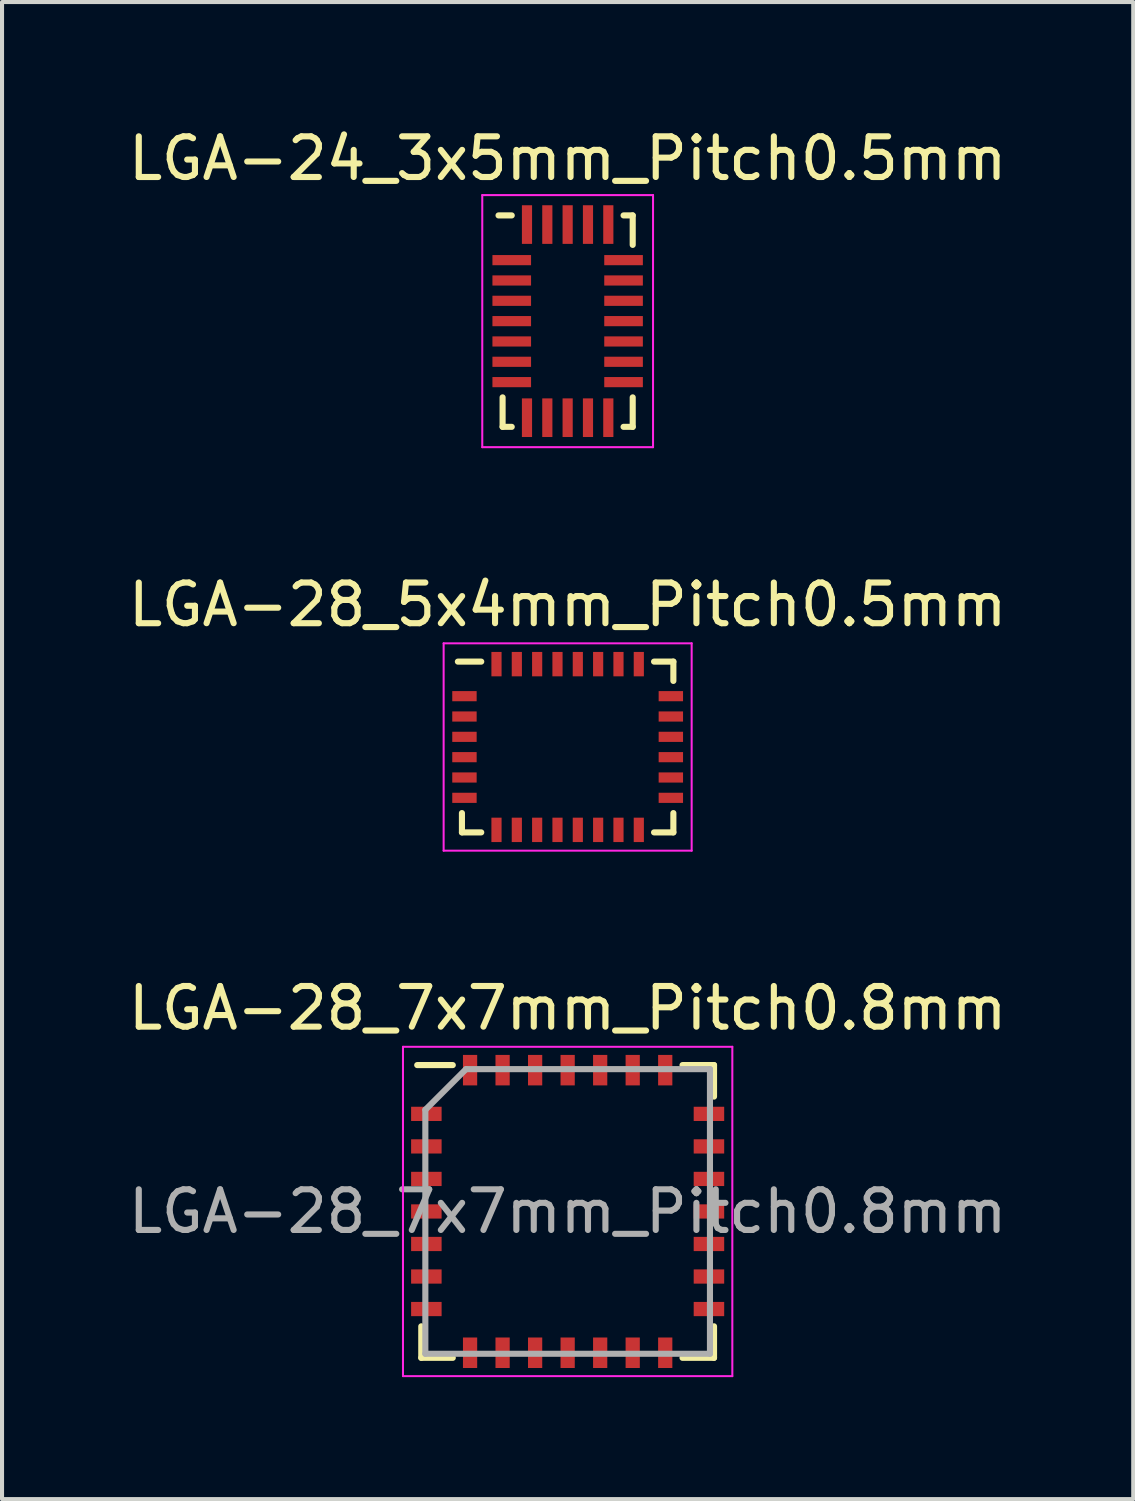
<source format=kicad_pcb>
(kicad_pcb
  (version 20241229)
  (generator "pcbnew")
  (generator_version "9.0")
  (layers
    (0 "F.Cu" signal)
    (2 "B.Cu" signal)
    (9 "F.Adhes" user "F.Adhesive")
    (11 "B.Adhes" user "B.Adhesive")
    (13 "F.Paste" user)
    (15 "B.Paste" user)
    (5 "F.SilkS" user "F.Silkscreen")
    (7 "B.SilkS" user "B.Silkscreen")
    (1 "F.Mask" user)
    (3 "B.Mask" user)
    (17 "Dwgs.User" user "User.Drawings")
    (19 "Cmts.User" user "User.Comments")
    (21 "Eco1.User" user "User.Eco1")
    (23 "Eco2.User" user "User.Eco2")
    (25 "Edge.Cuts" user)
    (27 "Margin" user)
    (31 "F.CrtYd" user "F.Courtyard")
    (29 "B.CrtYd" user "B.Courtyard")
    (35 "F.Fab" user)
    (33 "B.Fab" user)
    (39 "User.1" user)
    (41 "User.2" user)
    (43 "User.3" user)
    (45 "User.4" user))
  (footprint "LGA-28_7x7mm_Pitch0.8mm"
    (layer "F.Cu")
    (at 10.911 26.745)
    (property "Reference" "LGA-28_7x7mm_Pitch0.8mm" (at 0 -5 0) (layer "F.SilkS") (effects (font (size 1 1) (thickness 0.15))))
    (attr smd)
    (fp_line (start -3.6 3.6) (end -3.6 2.825) (stroke (width 0.15) (type solid)) (layer "F.SilkS"))
    (fp_line (start -2.825 -3.6) (end -3.7 -3.6) (stroke (width 0.15) (type solid)) (layer "F.SilkS"))
    (fp_line (start -2.825 3.6) (end -3.6 3.6) (stroke (width 0.15) (type solid)) (layer "F.SilkS"))
    (fp_line (start 2.825 -3.6) (end 3.6 -3.6) (stroke (width 0.15) (type solid)) (layer "F.SilkS"))
    (fp_line (start 2.825 3.6) (end 3.6 3.6) (stroke (width 0.15) (type solid)) (layer "F.SilkS"))
    (fp_line (start 3.6 -3.6) (end 3.6 -2.825) (stroke (width 0.15) (type solid)) (layer "F.SilkS"))
    (fp_line (start 3.6 3.6) (end 3.6 2.825) (stroke (width 0.15) (type solid)) (layer "F.SilkS"))
    (fp_line (start -4.05 -4.05) (end -4.05 4.05) (stroke (width 0.05) (type solid)) (layer "F.CrtYd"))
    (fp_line (start -4.05 4.05) (end 4.05 4.05) (stroke (width 0.05) (type solid)) (layer "F.CrtYd"))
    (fp_line (start 4.05 -4.05) (end -4.05 -4.05) (stroke (width 0.05) (type solid)) (layer "F.CrtYd"))
    (fp_line (start 4.05 4.05) (end 4.05 -4.05) (stroke (width 0.05) (type solid)) (layer "F.CrtYd"))
    (fp_line (start -3.5 -2.5) (end -2.5 -3.5) (stroke (width 0.15) (type solid)) (layer "F.Fab"))
    (fp_line (start -3.5 3.5) (end -3.5 -2.5) (stroke (width 0.15) (type solid)) (layer "F.Fab"))
    (fp_line (start -2.5 -3.5) (end 3.5 -3.5) (stroke (width 0.15) (type solid)) (layer "F.Fab"))
    (fp_line (start 3.5 -3.5) (end 3.5 3.5) (stroke (width 0.15) (type solid)) (layer "F.Fab"))
    (fp_line (start 3.5 3.5) (end -3.5 3.5) (stroke (width 0.15) (type solid)) (layer "F.Fab"))
    (fp_text user "${REFERENCE}" (at 0 0 0) (layer "F.Fab") (effects (font (size 1 1) (thickness 0.15))))
    (pad "1" smd rect (at -3.475 -2.4) (size 0.75 0.35) (layers "F.Cu" "F.Mask" "F.Paste"))
    (pad "2" smd rect (at -3.475 -1.6) (size 0.75 0.35) (layers "F.Cu" "F.Mask" "F.Paste"))
    (pad "3" smd rect (at -3.475 -0.8) (size 0.75 0.35) (layers "F.Cu" "F.Mask" "F.Paste"))
    (pad "4" smd rect (at -3.475 0) (size 0.75 0.35) (layers "F.Cu" "F.Mask" "F.Paste"))
    (pad "5" smd rect (at -3.475 0.8) (size 0.75 0.35) (layers "F.Cu" "F.Mask" "F.Paste"))
    (pad "6" smd rect (at -3.475 1.6) (size 0.75 0.35) (layers "F.Cu" "F.Mask" "F.Paste"))
    (pad "7" smd rect (at -3.475 2.4) (size 0.75 0.35) (layers "F.Cu" "F.Mask" "F.Paste"))
    (pad "8" smd rect (at -2.4 3.475) (size 0.35 0.75) (layers "F.Cu" "F.Mask" "F.Paste"))
    (pad "9" smd rect (at -1.6 3.475) (size 0.35 0.75) (layers "F.Cu" "F.Mask" "F.Paste"))
    (pad "10" smd rect (at -0.8 3.475) (size 0.35 0.75) (layers "F.Cu" "F.Mask" "F.Paste"))
    (pad "11" smd rect (at 0 3.475) (size 0.35 0.75) (layers "F.Cu" "F.Mask" "F.Paste"))
    (pad "12" smd rect (at 0.8 3.475) (size 0.35 0.75) (layers "F.Cu" "F.Mask" "F.Paste"))
    (pad "13" smd rect (at 1.6 3.475) (size 0.35 0.75) (layers "F.Cu" "F.Mask" "F.Paste"))
    (pad "14" smd rect (at 2.4 3.475) (size 0.35 0.75) (layers "F.Cu" "F.Mask" "F.Paste"))
    (pad "15" smd rect (at 3.475 2.4) (size 0.75 0.35) (layers "F.Cu" "F.Mask" "F.Paste"))
    (pad "16" smd rect (at 3.475 1.6) (size 0.75 0.35) (layers "F.Cu" "F.Mask" "F.Paste"))
    (pad "17" smd rect (at 3.475 0.8) (size 0.75 0.35) (layers "F.Cu" "F.Mask" "F.Paste"))
    (pad "18" smd rect (at 3.475 0) (size 0.75 0.35) (layers "F.Cu" "F.Mask" "F.Paste"))
    (pad "19" smd rect (at 3.475 -0.8) (size 0.75 0.35) (layers "F.Cu" "F.Mask" "F.Paste"))
    (pad "20" smd rect (at 3.475 -1.6) (size 0.75 0.35) (layers "F.Cu" "F.Mask" "F.Paste"))
    (pad "21" smd rect (at 3.475 -2.4) (size 0.75 0.35) (layers "F.Cu" "F.Mask" "F.Paste"))
    (pad "22" smd rect (at 2.4 -3.475) (size 0.35 0.75) (layers "F.Cu" "F.Mask" "F.Paste"))
    (pad "23" smd rect (at 1.6 -3.475) (size 0.35 0.75) (layers "F.Cu" "F.Mask" "F.Paste"))
    (pad "24" smd rect (at 0.8 -3.475) (size 0.35 0.75) (layers "F.Cu" "F.Mask" "F.Paste"))
    (pad "25" smd rect (at 0 -3.475) (size 0.35 0.75) (layers "F.Cu" "F.Mask" "F.Paste"))
    (pad "26" smd rect (at -0.8 -3.475) (size 0.35 0.75) (layers "F.Cu" "F.Mask" "F.Paste"))
    (pad "27" smd rect (at -1.6 -3.475) (size 0.35 0.75) (layers "F.Cu" "F.Mask" "F.Paste"))
    (pad "28" smd rect (at -2.4 -3.475) (size 0.35 0.75) (layers "F.Cu" "F.Mask" "F.Paste")))
  (footprint "LGA-24_3x5mm_Pitch0.5mm"
    (layer "F.Cu")
    (at 10.911 4.848)
    (property "Reference" "LGA-24_3x5mm_Pitch0.5mm" (at 0 -4 0) (layer "F.SilkS") (effects (font (size 1 1) (thickness 0.15))))
    (attr through_hole)
    (fp_line (start -1.6 2.6) (end -1.6 1.875) (stroke (width 0.15) (type solid)) (layer "F.SilkS"))
    (fp_line (start -1.375 -2.6) (end -1.7 -2.6) (stroke (width 0.15) (type solid)) (layer "F.SilkS"))
    (fp_line (start -1.375 2.6) (end -1.6 2.6) (stroke (width 0.15) (type solid)) (layer "F.SilkS"))
    (fp_line (start 1.375 -2.6) (end 1.6 -2.6) (stroke (width 0.15) (type solid)) (layer "F.SilkS"))
    (fp_line (start 1.375 2.6) (end 1.6 2.6) (stroke (width 0.15) (type solid)) (layer "F.SilkS"))
    (fp_line (start 1.6 -2.6) (end 1.6 -1.875) (stroke (width 0.15) (type solid)) (layer "F.SilkS"))
    (fp_line (start 1.6 2.6) (end 1.6 1.875) (stroke (width 0.15) (type solid)) (layer "F.SilkS"))
    (fp_line (start -2.1 -3.1) (end -2.1 3.1) (stroke (width 0.05) (type solid)) (layer "F.CrtYd"))
    (fp_line (start -2.1 3.1) (end 2.1 3.1) (stroke (width 0.05) (type solid)) (layer "F.CrtYd"))
    (fp_line (start 2.1 -3.1) (end -2.1 -3.1) (stroke (width 0.05) (type solid)) (layer "F.CrtYd"))
    (fp_line (start 2.1 3.1) (end 2.1 -3.1) (stroke (width 0.05) (type solid)) (layer "F.CrtYd"))
    (pad "1" smd rect (at -1.375 -1.5) (size 0.95 0.25) (layers "F.Cu" "F.Mask" "F.Paste"))
    (pad "2" smd rect (at -1.375 -1) (size 0.95 0.25) (layers "F.Cu" "F.Mask" "F.Paste"))
    (pad "3" smd rect (at -1.375 -0.5) (size 0.95 0.25) (layers "F.Cu" "F.Mask" "F.Paste"))
    (pad "4" smd rect (at -1.375 0) (size 0.95 0.25) (layers "F.Cu" "F.Mask" "F.Paste"))
    (pad "5" smd rect (at -1.375 0.5) (size 0.95 0.25) (layers "F.Cu" "F.Mask" "F.Paste"))
    (pad "6" smd rect (at -1.375 1) (size 0.95 0.25) (layers "F.Cu" "F.Mask" "F.Paste"))
    (pad "7" smd rect (at -1.375 1.5) (size 0.95 0.25) (layers "F.Cu" "F.Mask" "F.Paste"))
    (pad "8" smd rect (at -1 2.375) (size 0.25 0.95) (layers "F.Cu" "F.Mask" "F.Paste"))
    (pad "9" smd rect (at -0.5 2.375) (size 0.25 0.95) (layers "F.Cu" "F.Mask" "F.Paste"))
    (pad "10" smd rect (at 0 2.375) (size 0.25 0.95) (layers "F.Cu" "F.Mask" "F.Paste"))
    (pad "11" smd rect (at 0.5 2.375) (size 0.25 0.95) (layers "F.Cu" "F.Mask" "F.Paste"))
    (pad "12" smd rect (at 1 2.375) (size 0.25 0.95) (layers "F.Cu" "F.Mask" "F.Paste"))
    (pad "13" smd rect (at 1.375 1.5) (size 0.95 0.25) (layers "F.Cu" "F.Mask" "F.Paste"))
    (pad "14" smd rect (at 1.375 1) (size 0.95 0.25) (layers "F.Cu" "F.Mask" "F.Paste"))
    (pad "15" smd rect (at 1.375 0.5) (size 0.95 0.25) (layers "F.Cu" "F.Mask" "F.Paste"))
    (pad "16" smd rect (at 1.375 0) (size 0.95 0.25) (layers "F.Cu" "F.Mask" "F.Paste"))
    (pad "17" smd rect (at 1.375 -0.5) (size 0.95 0.25) (layers "F.Cu" "F.Mask" "F.Paste"))
    (pad "18" smd rect (at 1.375 -1) (size 0.95 0.25) (layers "F.Cu" "F.Mask" "F.Paste"))
    (pad "19" smd rect (at 1.375 -1.5) (size 0.95 0.25) (layers "F.Cu" "F.Mask" "F.Paste"))
    (pad "20" smd rect (at 1 -2.375) (size 0.25 0.95) (layers "F.Cu" "F.Mask" "F.Paste"))
    (pad "21" smd rect (at 0.5 -2.375) (size 0.25 0.95) (layers "F.Cu" "F.Mask" "F.Paste"))
    (pad "22" smd rect (at 0 -2.375) (size 0.25 0.95) (layers "F.Cu" "F.Mask" "F.Paste"))
    (pad "23" smd rect (at -0.5 -2.375) (size 0.25 0.95) (layers "F.Cu" "F.Mask" "F.Paste"))
    (pad "24" smd rect (at -1 -2.375) (size 0.25 0.95) (layers "F.Cu" "F.Mask" "F.Paste")))
  (footprint "LGA-28_5x4mm_Pitch0.5mm"
    (layer "F.Cu")
    (at 10.911 15.322)
    (property "Reference" "LGA-28_5x4mm_Pitch0.5mm" (at 0 -3.5 0) (layer "F.SilkS") (effects (font (size 1 1) (thickness 0.15))))
    (attr smd)
    (fp_line (start -2.6 2.1) (end -2.6 1.625) (stroke (width 0.15) (type solid)) (layer "F.SilkS"))
    (fp_line (start -2.125 -2.1) (end -2.7 -2.1) (stroke (width 0.15) (type solid)) (layer "F.SilkS"))
    (fp_line (start -2.125 2.1) (end -2.6 2.1) (stroke (width 0.15) (type solid)) (layer "F.SilkS"))
    (fp_line (start 2.125 -2.1) (end 2.6 -2.1) (stroke (width 0.15) (type solid)) (layer "F.SilkS"))
    (fp_line (start 2.125 2.1) (end 2.6 2.1) (stroke (width 0.15) (type solid)) (layer "F.SilkS"))
    (fp_line (start 2.6 -2.1) (end 2.6 -1.625) (stroke (width 0.15) (type solid)) (layer "F.SilkS"))
    (fp_line (start 2.6 2.1) (end 2.6 1.625) (stroke (width 0.15) (type solid)) (layer "F.SilkS"))
    (fp_line (start -3.05 -2.55) (end -3.05 2.55) (stroke (width 0.05) (type solid)) (layer "F.CrtYd"))
    (fp_line (start -3.05 2.55) (end 3.05 2.55) (stroke (width 0.05) (type solid)) (layer "F.CrtYd"))
    (fp_line (start 3.05 -2.55) (end -3.05 -2.55) (stroke (width 0.05) (type solid)) (layer "F.CrtYd"))
    (fp_line (start 3.05 2.55) (end 3.05 -2.55) (stroke (width 0.05) (type solid)) (layer "F.CrtYd"))
    (pad "1" smd rect (at -2.538 -1.25) (size 0.6 0.25) (layers "F.Cu" "F.Mask" "F.Paste"))
    (pad "2" smd rect (at -2.538 -0.75) (size 0.6 0.25) (layers "F.Cu" "F.Mask" "F.Paste"))
    (pad "3" smd rect (at -2.538 -0.25) (size 0.6 0.25) (layers "F.Cu" "F.Mask" "F.Paste"))
    (pad "4" smd rect (at -2.538 0.25) (size 0.6 0.25) (layers "F.Cu" "F.Mask" "F.Paste"))
    (pad "5" smd rect (at -2.538 0.75) (size 0.6 0.25) (layers "F.Cu" "F.Mask" "F.Paste"))
    (pad "6" smd rect (at -2.538 1.25) (size 0.6 0.25) (layers "F.Cu" "F.Mask" "F.Paste"))
    (pad "7" smd rect (at -1.75 2.038) (size 0.25 0.6) (layers "F.Cu" "F.Mask" "F.Paste"))
    (pad "8" smd rect (at -1.25 2.038) (size 0.25 0.6) (layers "F.Cu" "F.Mask" "F.Paste"))
    (pad "9" smd rect (at -0.75 2.038) (size 0.25 0.6) (layers "F.Cu" "F.Mask" "F.Paste"))
    (pad "10" smd rect (at -0.25 2.038) (size 0.25 0.6) (layers "F.Cu" "F.Mask" "F.Paste"))
    (pad "11" smd rect (at 0.25 2.038) (size 0.25 0.6) (layers "F.Cu" "F.Mask" "F.Paste"))
    (pad "12" smd rect (at 0.75 2.038) (size 0.25 0.6) (layers "F.Cu" "F.Mask" "F.Paste"))
    (pad "13" smd rect (at 1.25 2.038) (size 0.25 0.6) (layers "F.Cu" "F.Mask" "F.Paste"))
    (pad "14" smd rect (at 1.75 2.038) (size 0.25 0.6) (layers "F.Cu" "F.Mask" "F.Paste"))
    (pad "15" smd rect (at 2.538 1.25) (size 0.6 0.25) (layers "F.Cu" "F.Mask" "F.Paste"))
    (pad "16" smd rect (at 2.538 0.75) (size 0.6 0.25) (layers "F.Cu" "F.Mask" "F.Paste"))
    (pad "17" smd rect (at 2.538 0.25) (size 0.6 0.25) (layers "F.Cu" "F.Mask" "F.Paste"))
    (pad "18" smd rect (at 2.538 -0.25) (size 0.6 0.25) (layers "F.Cu" "F.Mask" "F.Paste"))
    (pad "19" smd rect (at 2.538 -0.75) (size 0.6 0.25) (layers "F.Cu" "F.Mask" "F.Paste"))
    (pad "20" smd rect (at 2.538 -1.25) (size 0.6 0.25) (layers "F.Cu" "F.Mask" "F.Paste"))
    (pad "21" smd rect (at 1.75 -2.038) (size 0.25 0.6) (layers "F.Cu" "F.Mask" "F.Paste"))
    (pad "22" smd rect (at 1.25 -2.038) (size 0.25 0.6) (layers "F.Cu" "F.Mask" "F.Paste"))
    (pad "23" smd rect (at 0.75 -2.038) (size 0.25 0.6) (layers "F.Cu" "F.Mask" "F.Paste"))
    (pad "24" smd rect (at 0.25 -2.038) (size 0.25 0.6) (layers "F.Cu" "F.Mask" "F.Paste"))
    (pad "25" smd rect (at -0.25 -2.038) (size 0.25 0.6) (layers "F.Cu" "F.Mask" "F.Paste"))
    (pad "26" smd rect (at -0.75 -2.038) (size 0.25 0.6) (layers "F.Cu" "F.Mask" "F.Paste"))
    (pad "27" smd rect (at -1.25 -2.038) (size 0.25 0.6) (layers "F.Cu" "F.Mask" "F.Paste"))
    (pad "28" smd rect (at -1.75 -2.038) (size 0.25 0.6) (layers "F.Cu" "F.Mask" "F.Paste")))
  (gr_rect
    (start -3 -3)
    (end 24.821 33.82)
    (stroke (width 0.1) (type default))
    (fill no)
    (layer "Edge.Cuts")))
</source>
